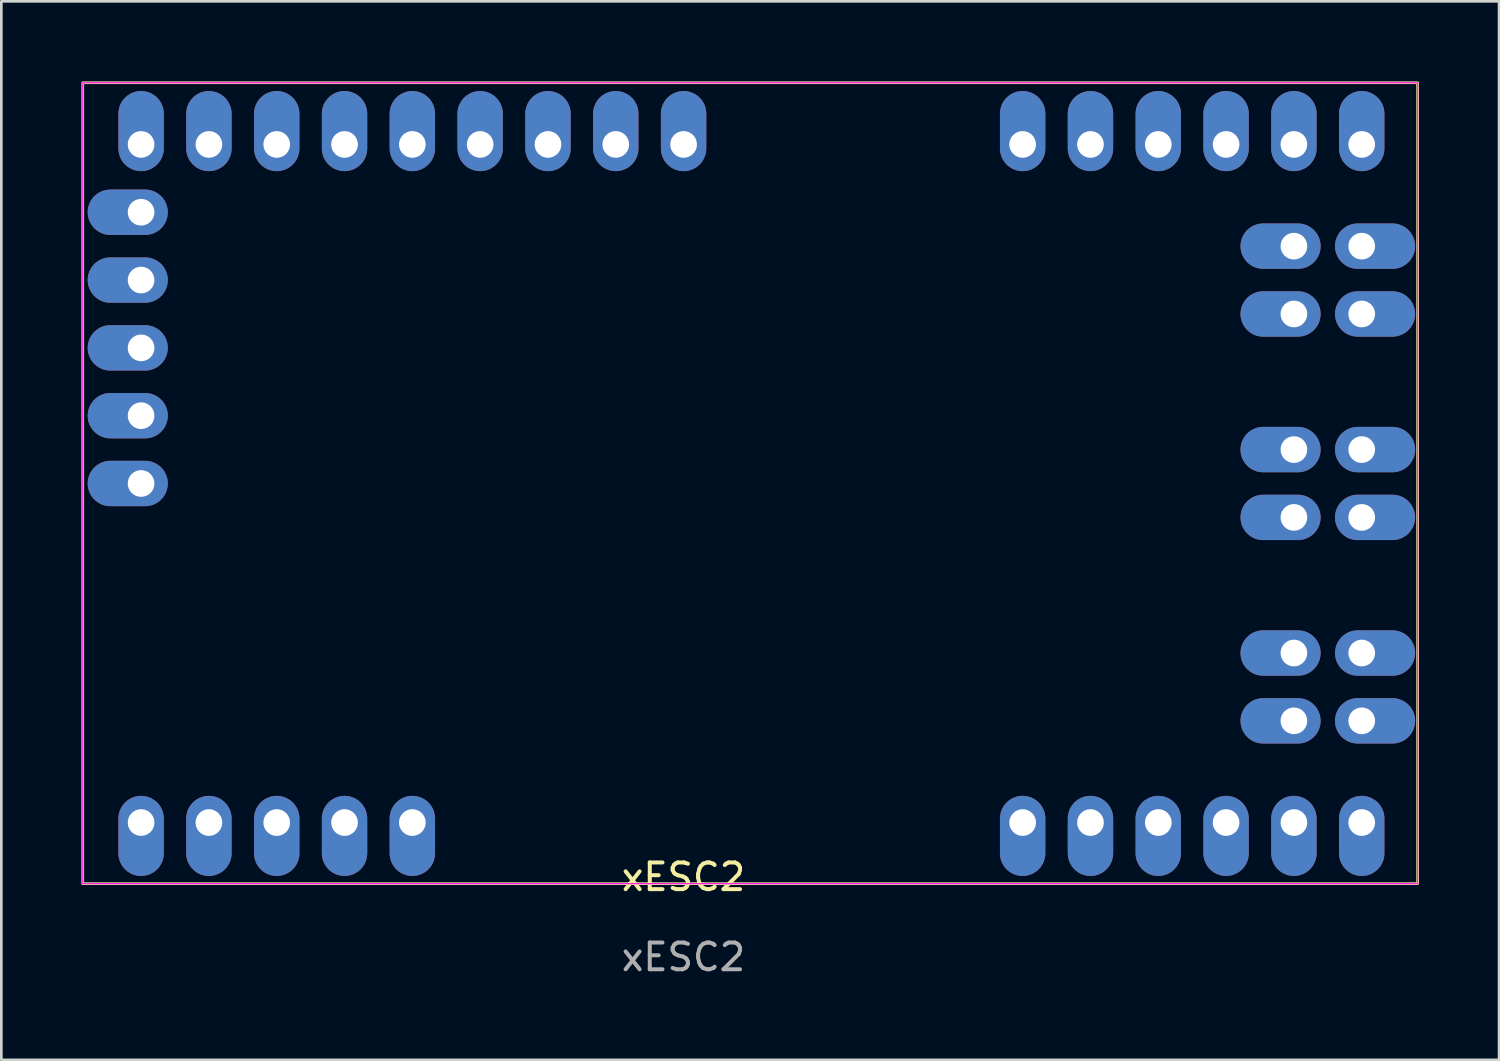
<source format=kicad_pcb>
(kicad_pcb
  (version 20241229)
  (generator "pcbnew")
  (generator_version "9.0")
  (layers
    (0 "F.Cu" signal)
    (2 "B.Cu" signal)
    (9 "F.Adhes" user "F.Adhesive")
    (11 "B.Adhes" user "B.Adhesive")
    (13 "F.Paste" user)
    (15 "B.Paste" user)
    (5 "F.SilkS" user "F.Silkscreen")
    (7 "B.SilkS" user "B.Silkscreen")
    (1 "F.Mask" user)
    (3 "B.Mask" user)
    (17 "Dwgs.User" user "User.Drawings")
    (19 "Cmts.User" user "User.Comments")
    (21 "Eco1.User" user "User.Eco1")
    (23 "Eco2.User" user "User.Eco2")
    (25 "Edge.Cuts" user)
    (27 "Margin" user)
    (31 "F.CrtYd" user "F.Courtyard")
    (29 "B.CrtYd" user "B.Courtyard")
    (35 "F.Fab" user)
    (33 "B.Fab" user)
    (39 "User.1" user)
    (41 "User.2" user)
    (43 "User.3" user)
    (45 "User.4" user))
  (footprint "xESC2"
    (layer "F.Cu")
    (at 22.55 30.3)
    (property "Reference" "xESC2" (at 0 -0.5 0) (unlocked yes) (layer "F.SilkS") (effects (font (size 1 1) (thickness 0.15))))
    (attr through_hole)
    (fp_rect (start -22.5 -30.25) (end 27.5 -0.25) (stroke (width 0.1) (type default)) (fill no) (layer "F.SilkS"))
    (fp_rect (start -22.5 -30.25) (end 27.5 -0.25) (stroke (width 0.05) (type default)) (fill no) (layer "F.CrtYd"))
    (fp_text user "${REFERENCE}" (at 0 2.5 0) (unlocked yes) (layer "F.Fab") (effects (font (size 1 1) (thickness 0.15))))
    (pad "1" thru_hole oval (at -17.775 -27.94 270) (size 3 1.7) (drill oval 1 (offset -0.5 0)) (layers "*.Cu" "*.Mask"))
    (pad "2" thru_hole oval (at -15.235 -27.94 270) (size 3 1.7) (drill oval 1 (offset -0.5 0)) (layers "*.Cu" "*.Mask"))
    (pad "3" thru_hole oval (at -10.155 -27.94 270) (size 3 1.7) (drill oval 1 (offset -0.5 0)) (layers "*.Cu" "*.Mask"))
    (pad "4" thru_hole oval (at -7.615 -27.94 270) (size 3 1.7) (drill oval 1 (offset -0.5 0)) (layers "*.Cu" "*.Mask"))
    (pad "5" thru_hole oval (at -5.075 -27.94 270) (size 3 1.7) (drill oval 1 (offset -0.5 0)) (layers "*.Cu" "*.Mask"))
    (pad "5V" thru_hole oval (at -12.695 -27.94 270) (size 3 1.7) (drill oval 1 (offset -0.5 0)) (layers "*.Cu" "*.Mask"))
    (pad "5V" thru_hole oval (at 17.785 -27.94 270) (size 3 1.7) (drill oval 1 (offset -0.5 0)) (layers "*.Cu" "*.Mask"))
    (pad "5V" thru_hole oval (at 17.785 -2.54 270) (size 3 1.7) (drill oval 1 (offset 0.5 0)) (layers "*.Cu" "*.Mask"))
    (pad "5V" thru_hole oval (at 20.325 -27.94 270) (size 3 1.7) (drill oval 1 (offset -0.5 0)) (layers "*.Cu" "*.Mask"))
    (pad "5V" thru_hole oval (at 20.325 -2.54 270) (size 3 1.7) (drill oval 1 (offset 0.5 0)) (layers "*.Cu" "*.Mask"))
    (pad "6" thru_hole oval (at -2.535 -27.94 270) (size 3 1.7) (drill oval 1 (offset -0.5 0)) (layers "*.Cu" "*.Mask"))
    (pad "7" thru_hole oval (at -20.315 -25.4 270) (size 1.7 3) (drill oval 1 (offset 0 0.5)) (layers "*.Cu" "*.Mask"))
    (pad "8" thru_hole oval (at -20.315 -22.86 270) (size 1.7 3) (drill oval 1 (offset 0 0.5)) (layers "*.Cu" "*.Mask"))
    (pad "9" thru_hole oval (at -20.315 -17.78 270) (size 1.7 3) (drill oval 1 (offset 0 0.5)) (layers "*.Cu" "*.Mask"))
    (pad "10" thru_hole oval (at -20.315 -15.24 270) (size 1.7 3) (drill oval 1 (offset 0 0.5)) (layers "*.Cu" "*.Mask"))
    (pad "11" thru_hole oval (at -20.315 -2.54 270) (size 3 1.7) (drill oval 1 (offset 0.5 0)) (layers "*.Cu" "*.Mask"))
    (pad "12" thru_hole oval (at -17.775 -2.54 270) (size 3 1.7) (drill oval 1 (offset 0.5 0)) (layers "*.Cu" "*.Mask"))
    (pad "13" thru_hole oval (at -15.235 -2.54 270) (size 3 1.7) (drill oval 1 (offset 0.5 0)) (layers "*.Cu" "*.Mask"))
    (pad "14" thru_hole oval (at -12.695 -2.54 270) (size 3 1.7) (drill oval 1 (offset 0.5 0)) (layers "*.Cu" "*.Mask"))
    (pad "GND" thru_hole oval (at -20.315 -27.94 270) (size 3 1.7) (drill oval 1 (offset -0.5 0)) (layers "*.Cu" "*.Mask"))
    (pad "GND" thru_hole oval (at -20.315 -20.32 270) (size 1.7 3) (drill oval 1 (offset 0 0.5)) (layers "*.Cu" "*.Mask"))
    (pad "GND" thru_hole oval (at -10.155 -2.54 270) (size 3 1.7) (drill oval 1 (offset 0.5 0)) (layers "*.Cu" "*.Mask"))
    (pad "GND" thru_hole oval (at 0.005 -27.94 270) (size 3 1.7) (drill oval 1 (offset -0.5 0)) (layers "*.Cu" "*.Mask"))
    (pad "GND" thru_hole oval (at 22.865 -27.94 270) (size 3 1.7) (drill oval 1 (offset -0.5 0)) (layers "*.Cu" "*.Mask"))
    (pad "GND" thru_hole oval (at 22.865 -2.54 270) (size 3 1.7) (drill oval 1 (offset 0.5 0)) (layers "*.Cu" "*.Mask"))
    (pad "GND" thru_hole oval (at 25.405 -27.94 270) (size 3 1.7) (drill oval 1 (offset -0.5 0)) (layers "*.Cu" "*.Mask"))
    (pad "GND" thru_hole oval (at 25.405 -2.54 270) (size 3 1.7) (drill oval 1 (offset 0.5 0)) (layers "*.Cu" "*.Mask"))
    (pad "U" thru_hole oval (at 22.865 -8.89 270) (size 1.7 3) (drill oval 1 (offset 0 0.5)) (layers "*.Cu" "*.Mask"))
    (pad "U" thru_hole oval (at 22.865 -6.35 270) (size 1.7 3) (drill oval 1 (offset 0 0.5)) (layers "*.Cu" "*.Mask"))
    (pad "U" thru_hole oval (at 25.405 -8.89 270) (size 1.7 3) (drill oval 1 (offset 0 -0.5)) (layers "*.Cu" "*.Mask"))
    (pad "U" thru_hole oval (at 25.405 -6.35 270) (size 1.7 3) (drill oval 1 (offset 0 -0.5)) (layers "*.Cu" "*.Mask"))
    (pad "V" thru_hole oval (at 22.865 -16.51 270) (size 1.7 3) (drill oval 1 (offset 0 0.5)) (layers "*.Cu" "*.Mask"))
    (pad "V" thru_hole oval (at 22.865 -13.97 270) (size 1.7 3) (drill oval 1 (offset 0 0.5)) (layers "*.Cu" "*.Mask"))
    (pad "V" thru_hole oval (at 25.405 -16.51 270) (size 1.7 3) (drill oval 1 (offset 0 -0.5)) (layers "*.Cu" "*.Mask"))
    (pad "V" thru_hole oval (at 25.405 -13.97 270) (size 1.7 3) (drill oval 1 (offset 0 -0.5)) (layers "*.Cu" "*.Mask"))
    (pad "VM" thru_hole oval (at 12.705 -27.94 270) (size 3 1.7) (drill oval 1 (offset -0.5 0)) (layers "*.Cu" "*.Mask"))
    (pad "VM" thru_hole oval (at 12.705 -2.54 270) (size 3 1.7) (drill oval 1 (offset 0.5 0)) (layers "*.Cu" "*.Mask"))
    (pad "VM" thru_hole oval (at 15.245 -27.94 270) (size 3 1.7) (drill oval 1 (offset -0.5 0)) (layers "*.Cu" "*.Mask"))
    (pad "VM" thru_hole oval (at 15.245 -2.54 270) (size 3 1.7) (drill oval 1 (offset 0.5 0)) (layers "*.Cu" "*.Mask"))
    (pad "W" thru_hole oval (at 22.865 -24.13 270) (size 1.7 3) (drill oval 1 (offset 0 0.5)) (layers "*.Cu" "*.Mask"))
    (pad "W" thru_hole oval (at 22.865 -21.59 270) (size 1.7 3) (drill oval 1 (offset 0 0.5)) (layers "*.Cu" "*.Mask"))
    (pad "W" thru_hole oval (at 25.405 -24.13 270) (size 1.7 3) (drill oval 1 (offset 0 -0.5)) (layers "*.Cu" "*.Mask"))
    (pad "W" thru_hole oval (at 25.405 -21.59 270) (size 1.7 3) (drill oval 1 (offset 0 -0.5)) (layers "*.Cu" "*.Mask")))
  (gr_rect
    (start -3 -3)
    (end 53.1 36.648)
    (stroke (width 0.1) (type default))
    (fill no)
    (layer "Edge.Cuts")))
</source>
